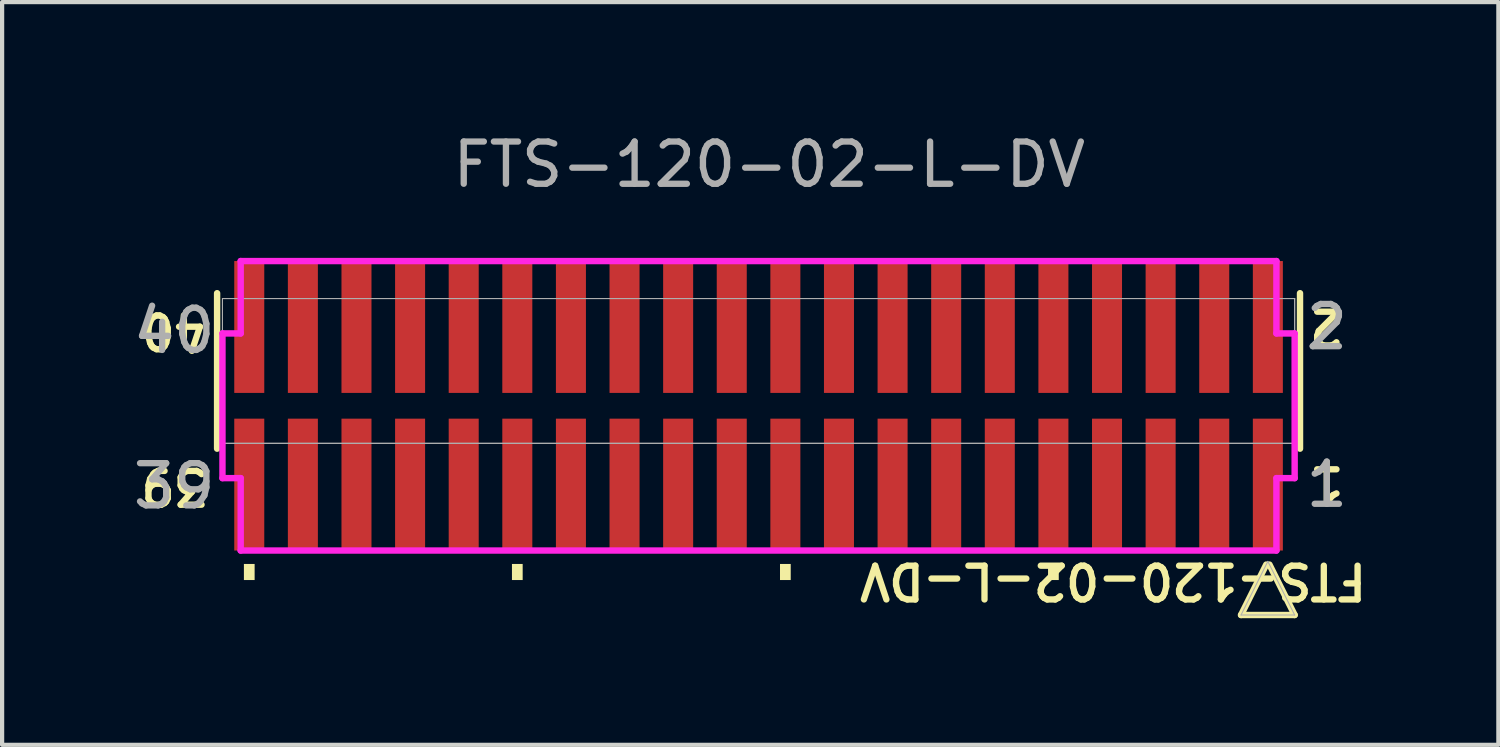
<source format=kicad_pcb>
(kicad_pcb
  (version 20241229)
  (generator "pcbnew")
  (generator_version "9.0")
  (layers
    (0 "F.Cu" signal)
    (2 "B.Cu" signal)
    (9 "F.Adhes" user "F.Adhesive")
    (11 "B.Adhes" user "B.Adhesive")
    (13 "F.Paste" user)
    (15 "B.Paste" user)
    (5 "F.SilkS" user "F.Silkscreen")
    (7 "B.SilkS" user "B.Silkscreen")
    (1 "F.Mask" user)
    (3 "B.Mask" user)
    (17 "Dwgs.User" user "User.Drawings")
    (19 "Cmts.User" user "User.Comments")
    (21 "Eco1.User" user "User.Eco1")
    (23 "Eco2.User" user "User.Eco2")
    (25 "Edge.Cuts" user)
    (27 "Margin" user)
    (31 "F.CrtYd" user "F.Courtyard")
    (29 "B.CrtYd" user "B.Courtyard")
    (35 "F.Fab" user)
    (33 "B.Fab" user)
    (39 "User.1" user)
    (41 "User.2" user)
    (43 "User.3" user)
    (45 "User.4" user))
  (footprint "FTS-120-02-L-DV"
    (layer "F.Cu")
    (at 14.92 6.563)
    (property "Reference" "FTS-120-02-L-DV" (at 8.4 4.15 180) (unlocked yes) (layer "F.SilkS") (effects (font (size 0.8 0.8) (thickness 0.15))))
    (attr smd)
    (fp_line (start -12.827 -2.667) (end -12.827 1.016) (stroke (width 0.152) (type solid)) (layer "F.SilkS"))
    (fp_line (start 11.43 4.956) (end 12.7 4.956) (stroke (width 0.152) (type solid)) (layer "F.SilkS"))
    (fp_line (start 12.027 3.762) (end 11.43 4.956) (stroke (width 0.152) (type solid)) (layer "F.SilkS"))
    (fp_line (start 12.7 4.956) (end 12.103 3.762) (stroke (width 0.152) (type solid)) (layer "F.SilkS"))
    (fp_line (start 12.827 1.016) (end 12.827 -2.667) (stroke (width 0.152) (type solid)) (layer "F.SilkS"))
    (fp_poly (pts (xy -12.192 3.747) (xy -12.192 4.128) (xy -11.938 4.128) (xy -11.938 3.747)) (stroke (width 0) (type solid)) (fill yes) (layer "F.SilkS"))
    (fp_poly (pts (xy -5.842 3.747) (xy -5.842 4.128) (xy -5.588 4.128) (xy -5.588 3.747)) (stroke (width 0) (type solid)) (fill yes) (layer "F.SilkS"))
    (fp_poly (pts (xy 0.508 3.747) (xy 0.508 4.128) (xy 0.762 4.128) (xy 0.762 3.747)) (stroke (width 0) (type solid)) (fill yes) (layer "F.SilkS"))
    (fp_poly (pts (xy 6.858 3.747) (xy 6.858 4.128) (xy 7.112 4.128) (xy 7.112 3.747)) (stroke (width 0) (type solid)) (fill yes) (layer "F.SilkS"))
    (fp_line (start -12.7 -1.714) (end -12.268 -1.714) (stroke (width 0.152) (type solid)) (layer "F.CrtYd"))
    (fp_line (start -12.7 1.714) (end -12.7 -1.714) (stroke (width 0.152) (type solid)) (layer "F.CrtYd"))
    (fp_line (start -12.268 -1.714) (end -12.268 -3.429) (stroke (width 0.152) (type solid)) (layer "F.CrtYd"))
    (fp_line (start -12.268 1.714) (end -12.7 1.714) (stroke (width 0.152) (type solid)) (layer "F.CrtYd"))
    (fp_line (start -12.268 3.429) (end -12.268 1.714) (stroke (width 0.152) (type solid)) (layer "F.CrtYd"))
    (fp_line (start -12.268 3.429) (end 12.268 3.429) (stroke (width 0.152) (type solid)) (layer "F.CrtYd"))
    (fp_line (start 12.268 -3.429) (end -12.268 -3.429) (stroke (width 0.152) (type solid)) (layer "F.CrtYd"))
    (fp_line (start 12.268 -3.429) (end 12.268 -1.714) (stroke (width 0.152) (type solid)) (layer "F.CrtYd"))
    (fp_line (start 12.268 -1.714) (end 12.7 -1.714) (stroke (width 0.152) (type solid)) (layer "F.CrtYd"))
    (fp_line (start 12.268 1.714) (end 12.268 3.429) (stroke (width 0.152) (type solid)) (layer "F.CrtYd"))
    (fp_line (start 12.7 -1.714) (end 12.7 1.714) (stroke (width 0.152) (type solid)) (layer "F.CrtYd"))
    (fp_line (start 12.7 1.714) (end 12.268 1.714) (stroke (width 0.152) (type solid)) (layer "F.CrtYd"))
    (fp_line (start -12.7 -2.54) (end -12.7 0.889) (stroke (width 0.025) (type solid)) (layer "F.Fab"))
    (fp_line (start -12.7 -2.54) (end -12.7 0.889) (stroke (width 0.025) (type solid)) (layer "F.Fab"))
    (fp_line (start -12.7 0.889) (end 12.7 0.889) (stroke (width 0.025) (type solid)) (layer "F.Fab"))
    (fp_line (start -12.7 0.889) (end 12.7 0.889) (stroke (width 0.025) (type solid)) (layer "F.Fab"))
    (fp_line (start 11.43 4.956) (end 12.7 4.956) (stroke (width 0.025) (type solid)) (layer "F.Fab"))
    (fp_line (start 12.065 3.686) (end 11.43 4.956) (stroke (width 0.025) (type solid)) (layer "F.Fab"))
    (fp_line (start 12.7 -2.54) (end -12.7 -2.54) (stroke (width 0.025) (type solid)) (layer "F.Fab"))
    (fp_line (start 12.7 -2.54) (end -12.7 -2.54) (stroke (width 0.025) (type solid)) (layer "F.Fab"))
    (fp_line (start 12.7 0.889) (end 12.7 -2.54) (stroke (width 0.025) (type solid)) (layer "F.Fab"))
    (fp_line (start 12.7 0.889) (end 12.7 -2.54) (stroke (width 0.025) (type solid)) (layer "F.Fab"))
    (fp_line (start 12.7 4.956) (end 12.065 3.686) (stroke (width 0.025) (type solid)) (layer "F.Fab"))
    (fp_text user "1" (at 13.462 1.867 180) (unlocked yes) (layer "F.SilkS") (effects (font (size 0.8 0.8) (thickness 0.15))))
    (fp_text user "2" (at 13.462 -1.867 180) (unlocked yes) (layer "F.SilkS") (effects (font (size 0.8 0.8) (thickness 0.15))))
    (fp_text user "40" (at -13.843 -1.778 180) (unlocked yes) (layer "F.SilkS") (effects (font (size 0.8 0.8) (thickness 0.15))))
    (fp_text user "39" (at -13.843 1.905 180) (unlocked yes) (layer "F.SilkS") (effects (font (size 0.8 0.8) (thickness 0.15))))
    (fp_text user "1" (at 13.462 1.867 0) (unlocked yes) (layer "F.Fab") (effects (font (size 1 1) (thickness 0.15))))
    (fp_text user "2" (at 13.462 -1.867 0) (unlocked yes) (layer "F.Fab") (effects (font (size 1 1) (thickness 0.15))))
    (fp_text user "40" (at -13.843 -1.778 0) (unlocked yes) (layer "F.Fab") (effects (font (size 1 1) (thickness 0.15))))
    (fp_text user "39" (at -13.843 1.905 0) (unlocked yes) (layer "F.Fab") (effects (font (size 1 1) (thickness 0.15))))
    (fp_text user "${REFERENCE}" (at 0.254 -5.715 0) (unlocked yes) (layer "F.Fab") (effects (font (size 1 1) (thickness 0.15))))
    (pad "1" smd rect (at 12.065 1.867) (size 0.711 3.124) (layers "F.Cu" "F.Mask" "F.Paste"))
    (pad "2" smd rect (at 12.065 -1.867) (size 0.711 3.124) (layers "F.Cu" "F.Mask" "F.Paste"))
    (pad "3" smd rect (at 10.795 1.867) (size 0.711 3.124) (layers "F.Cu" "F.Mask" "F.Paste"))
    (pad "4" smd rect (at 10.795 -1.867) (size 0.711 3.124) (layers "F.Cu" "F.Mask" "F.Paste"))
    (pad "5" smd rect (at 9.525 1.867) (size 0.711 3.124) (layers "F.Cu" "F.Mask" "F.Paste"))
    (pad "6" smd rect (at 9.525 -1.867) (size 0.711 3.124) (layers "F.Cu" "F.Mask" "F.Paste"))
    (pad "7" smd rect (at 8.255 1.867) (size 0.711 3.124) (layers "F.Cu" "F.Mask" "F.Paste"))
    (pad "8" smd rect (at 8.255 -1.867) (size 0.711 3.124) (layers "F.Cu" "F.Mask" "F.Paste"))
    (pad "9" smd rect (at 6.985 1.867) (size 0.711 3.124) (layers "F.Cu" "F.Mask" "F.Paste"))
    (pad "10" smd rect (at 6.985 -1.867) (size 0.711 3.124) (layers "F.Cu" "F.Mask" "F.Paste"))
    (pad "11" smd rect (at 5.715 1.867) (size 0.711 3.124) (layers "F.Cu" "F.Mask" "F.Paste"))
    (pad "12" smd rect (at 5.715 -1.867) (size 0.711 3.124) (layers "F.Cu" "F.Mask" "F.Paste"))
    (pad "13" smd rect (at 4.445 1.867) (size 0.711 3.124) (layers "F.Cu" "F.Mask" "F.Paste"))
    (pad "14" smd rect (at 4.445 -1.867) (size 0.711 3.124) (layers "F.Cu" "F.Mask" "F.Paste"))
    (pad "15" smd rect (at 3.175 1.867) (size 0.711 3.124) (layers "F.Cu" "F.Mask" "F.Paste"))
    (pad "16" smd rect (at 3.175 -1.867) (size 0.711 3.124) (layers "F.Cu" "F.Mask" "F.Paste"))
    (pad "17" smd rect (at 1.905 1.867) (size 0.711 3.124) (layers "F.Cu" "F.Mask" "F.Paste"))
    (pad "18" smd rect (at 1.905 -1.867) (size 0.711 3.124) (layers "F.Cu" "F.Mask" "F.Paste"))
    (pad "19" smd rect (at 0.635 1.867) (size 0.711 3.124) (layers "F.Cu" "F.Mask" "F.Paste"))
    (pad "20" smd rect (at 0.635 -1.867) (size 0.711 3.124) (layers "F.Cu" "F.Mask" "F.Paste"))
    (pad "21" smd rect (at -0.635 1.867) (size 0.711 3.124) (layers "F.Cu" "F.Mask" "F.Paste"))
    (pad "22" smd rect (at -0.635 -1.867) (size 0.711 3.124) (layers "F.Cu" "F.Mask" "F.Paste"))
    (pad "23" smd rect (at -1.905 1.867) (size 0.711 3.124) (layers "F.Cu" "F.Mask" "F.Paste"))
    (pad "24" smd rect (at -1.905 -1.867) (size 0.711 3.124) (layers "F.Cu" "F.Mask" "F.Paste"))
    (pad "25" smd rect (at -3.175 1.867) (size 0.711 3.124) (layers "F.Cu" "F.Mask" "F.Paste"))
    (pad "26" smd rect (at -3.175 -1.867) (size 0.711 3.124) (layers "F.Cu" "F.Mask" "F.Paste"))
    (pad "27" smd rect (at -4.445 1.867) (size 0.711 3.124) (layers "F.Cu" "F.Mask" "F.Paste"))
    (pad "28" smd rect (at -4.445 -1.867) (size 0.711 3.124) (layers "F.Cu" "F.Mask" "F.Paste"))
    (pad "29" smd rect (at -5.715 1.867) (size 0.711 3.124) (layers "F.Cu" "F.Mask" "F.Paste"))
    (pad "30" smd rect (at -5.715 -1.867) (size 0.711 3.124) (layers "F.Cu" "F.Mask" "F.Paste"))
    (pad "31" smd rect (at -6.985 1.867) (size 0.711 3.124) (layers "F.Cu" "F.Mask" "F.Paste"))
    (pad "32" smd rect (at -6.985 -1.867) (size 0.711 3.124) (layers "F.Cu" "F.Mask" "F.Paste"))
    (pad "33" smd rect (at -8.255 1.867) (size 0.711 3.124) (layers "F.Cu" "F.Mask" "F.Paste"))
    (pad "34" smd rect (at -8.255 -1.867) (size 0.711 3.124) (layers "F.Cu" "F.Mask" "F.Paste"))
    (pad "35" smd rect (at -9.525 1.867) (size 0.711 3.124) (layers "F.Cu" "F.Mask" "F.Paste"))
    (pad "36" smd rect (at -9.525 -1.867) (size 0.711 3.124) (layers "F.Cu" "F.Mask" "F.Paste"))
    (pad "37" smd rect (at -10.795 1.867) (size 0.711 3.124) (layers "F.Cu" "F.Mask" "F.Paste"))
    (pad "38" smd rect (at -10.795 -1.867) (size 0.711 3.124) (layers "F.Cu" "F.Mask" "F.Paste"))
    (pad "39" smd rect (at -12.065 1.867) (size 0.711 3.124) (layers "F.Cu" "F.Mask" "F.Paste"))
    (pad "40" smd rect (at -12.065 -1.867) (size 0.711 3.124) (layers "F.Cu" "F.Mask" "F.Paste")))
  (gr_rect
    (start -3 -3)
    (end 32.446 14.595)
    (stroke (width 0.1) (type default))
    (fill no)
    (layer "Edge.Cuts")))
</source>
